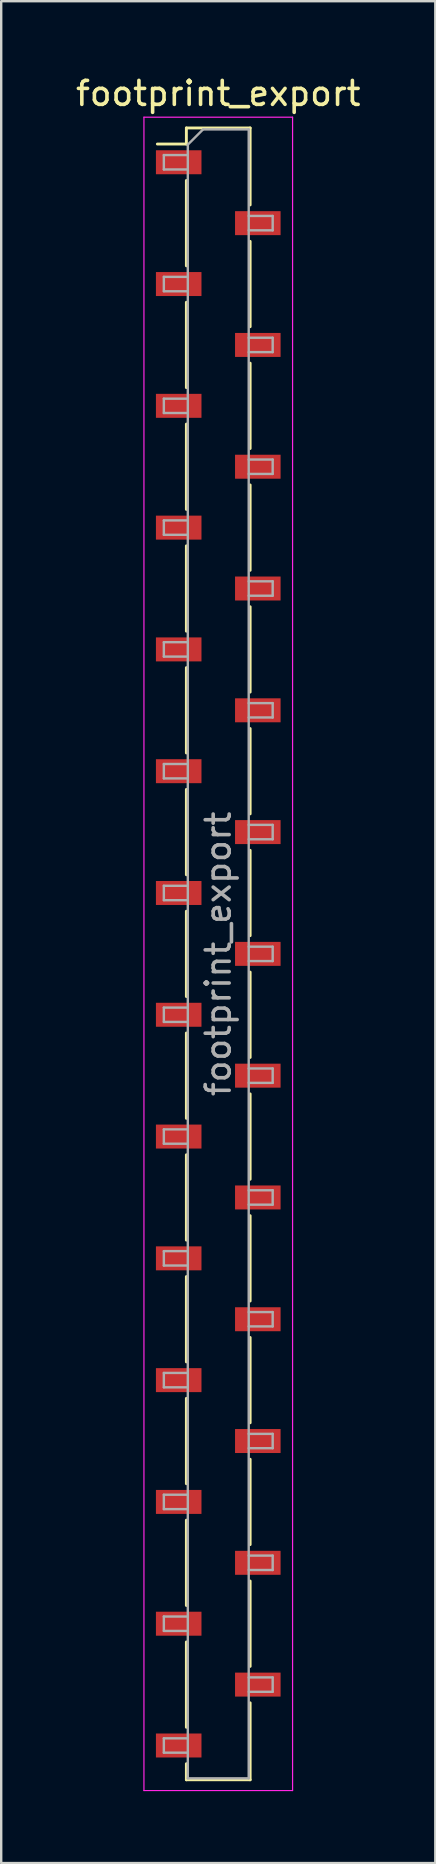
<source format=kicad_pcb>
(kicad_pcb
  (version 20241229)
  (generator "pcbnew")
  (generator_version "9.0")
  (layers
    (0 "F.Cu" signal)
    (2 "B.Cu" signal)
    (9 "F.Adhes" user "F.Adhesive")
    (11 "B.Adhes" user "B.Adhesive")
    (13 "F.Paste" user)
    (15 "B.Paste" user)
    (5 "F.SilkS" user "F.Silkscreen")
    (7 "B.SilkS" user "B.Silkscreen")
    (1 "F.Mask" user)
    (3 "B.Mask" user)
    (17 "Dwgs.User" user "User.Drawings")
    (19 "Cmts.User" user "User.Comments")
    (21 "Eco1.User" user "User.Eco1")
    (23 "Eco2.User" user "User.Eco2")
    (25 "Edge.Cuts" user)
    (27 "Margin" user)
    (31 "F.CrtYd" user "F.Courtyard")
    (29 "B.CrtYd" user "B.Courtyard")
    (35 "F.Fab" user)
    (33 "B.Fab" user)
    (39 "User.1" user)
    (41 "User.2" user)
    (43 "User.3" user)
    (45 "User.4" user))
  (footprint "footprint_export"
    (layer "F.Cu")
    (at 6.054 36.738)
    (property "Reference" "footprint_export" (at 0 -35.89 0) (layer "F.SilkS") (effects (font (size 1 1) (thickness 0.15))))
    (attr smd)
    (fp_line (start -2.54 -33.78) (end -1.33 -33.78) (stroke (width 0.12) (type solid)) (layer "F.SilkS"))
    (fp_line (start -1.33 -34.45) (end -1.33 -33.78) (stroke (width 0.12) (type solid)) (layer "F.SilkS"))
    (fp_line (start -1.33 -34.45) (end 1.33 -34.45) (stroke (width 0.12) (type solid)) (layer "F.SilkS"))
    (fp_line (start -1.33 -32.26) (end -1.33 -28.7) (stroke (width 0.12) (type solid)) (layer "F.SilkS"))
    (fp_line (start -1.33 -27.18) (end -1.33 -23.62) (stroke (width 0.12) (type solid)) (layer "F.SilkS"))
    (fp_line (start -1.33 -22.1) (end -1.33 -18.54) (stroke (width 0.12) (type solid)) (layer "F.SilkS"))
    (fp_line (start -1.33 -17.02) (end -1.33 -13.46) (stroke (width 0.12) (type solid)) (layer "F.SilkS"))
    (fp_line (start -1.33 -11.94) (end -1.33 -8.38) (stroke (width 0.12) (type solid)) (layer "F.SilkS"))
    (fp_line (start -1.33 -6.86) (end -1.33 -3.3) (stroke (width 0.12) (type solid)) (layer "F.SilkS"))
    (fp_line (start -1.33 -1.78) (end -1.33 1.78) (stroke (width 0.12) (type solid)) (layer "F.SilkS"))
    (fp_line (start -1.33 3.3) (end -1.33 6.86) (stroke (width 0.12) (type solid)) (layer "F.SilkS"))
    (fp_line (start -1.33 8.38) (end -1.33 11.94) (stroke (width 0.12) (type solid)) (layer "F.SilkS"))
    (fp_line (start -1.33 13.46) (end -1.33 17.02) (stroke (width 0.12) (type solid)) (layer "F.SilkS"))
    (fp_line (start -1.33 18.54) (end -1.33 22.1) (stroke (width 0.12) (type solid)) (layer "F.SilkS"))
    (fp_line (start -1.33 23.62) (end -1.33 27.18) (stroke (width 0.12) (type solid)) (layer "F.SilkS"))
    (fp_line (start -1.33 28.7) (end -1.33 32.26) (stroke (width 0.12) (type solid)) (layer "F.SilkS"))
    (fp_line (start -1.33 33.78) (end -1.33 34.45) (stroke (width 0.12) (type solid)) (layer "F.SilkS"))
    (fp_line (start -1.33 34.45) (end 1.33 34.45) (stroke (width 0.12) (type solid)) (layer "F.SilkS"))
    (fp_line (start 1.33 -34.45) (end 1.33 -31.24) (stroke (width 0.12) (type solid)) (layer "F.SilkS"))
    (fp_line (start 1.33 -29.72) (end 1.33 -26.16) (stroke (width 0.12) (type solid)) (layer "F.SilkS"))
    (fp_line (start 1.33 -24.64) (end 1.33 -21.08) (stroke (width 0.12) (type solid)) (layer "F.SilkS"))
    (fp_line (start 1.33 -19.56) (end 1.33 -16) (stroke (width 0.12) (type solid)) (layer "F.SilkS"))
    (fp_line (start 1.33 -14.48) (end 1.33 -10.92) (stroke (width 0.12) (type solid)) (layer "F.SilkS"))
    (fp_line (start 1.33 -9.4) (end 1.33 -5.84) (stroke (width 0.12) (type solid)) (layer "F.SilkS"))
    (fp_line (start 1.33 -4.32) (end 1.33 -0.76) (stroke (width 0.12) (type solid)) (layer "F.SilkS"))
    (fp_line (start 1.33 0.76) (end 1.33 4.32) (stroke (width 0.12) (type solid)) (layer "F.SilkS"))
    (fp_line (start 1.33 5.84) (end 1.33 9.4) (stroke (width 0.12) (type solid)) (layer "F.SilkS"))
    (fp_line (start 1.33 10.92) (end 1.33 14.48) (stroke (width 0.12) (type solid)) (layer "F.SilkS"))
    (fp_line (start 1.33 16) (end 1.33 19.56) (stroke (width 0.12) (type solid)) (layer "F.SilkS"))
    (fp_line (start 1.33 21.08) (end 1.33 24.64) (stroke (width 0.12) (type solid)) (layer "F.SilkS"))
    (fp_line (start 1.33 26.16) (end 1.33 29.72) (stroke (width 0.12) (type solid)) (layer "F.SilkS"))
    (fp_line (start 1.33 31.24) (end 1.33 34.45) (stroke (width 0.12) (type solid)) (layer "F.SilkS"))
    (fp_line (start -3.1 -34.9) (end 3.1 -34.9) (stroke (width 0.05) (type solid)) (layer "F.CrtYd"))
    (fp_line (start -3.1 34.9) (end -3.1 -34.9) (stroke (width 0.05) (type solid)) (layer "F.CrtYd"))
    (fp_line (start 3.1 -34.9) (end 3.1 34.9) (stroke (width 0.05) (type solid)) (layer "F.CrtYd"))
    (fp_line (start 3.1 34.9) (end -3.1 34.9) (stroke (width 0.05) (type solid)) (layer "F.CrtYd"))
    (fp_line (start -2.27 -33.32) (end -1.27 -33.32) (stroke (width 0.1) (type solid)) (layer "F.Fab"))
    (fp_line (start -2.27 -32.72) (end -2.27 -33.32) (stroke (width 0.1) (type solid)) (layer "F.Fab"))
    (fp_line (start -2.27 -28.24) (end -1.27 -28.24) (stroke (width 0.1) (type solid)) (layer "F.Fab"))
    (fp_line (start -2.27 -27.64) (end -2.27 -28.24) (stroke (width 0.1) (type solid)) (layer "F.Fab"))
    (fp_line (start -2.27 -23.16) (end -1.27 -23.16) (stroke (width 0.1) (type solid)) (layer "F.Fab"))
    (fp_line (start -2.27 -22.56) (end -2.27 -23.16) (stroke (width 0.1) (type solid)) (layer "F.Fab"))
    (fp_line (start -2.27 -18.08) (end -1.27 -18.08) (stroke (width 0.1) (type solid)) (layer "F.Fab"))
    (fp_line (start -2.27 -17.48) (end -2.27 -18.08) (stroke (width 0.1) (type solid)) (layer "F.Fab"))
    (fp_line (start -2.27 -13) (end -1.27 -13) (stroke (width 0.1) (type solid)) (layer "F.Fab"))
    (fp_line (start -2.27 -12.4) (end -2.27 -13) (stroke (width 0.1) (type solid)) (layer "F.Fab"))
    (fp_line (start -2.27 -7.92) (end -1.27 -7.92) (stroke (width 0.1) (type solid)) (layer "F.Fab"))
    (fp_line (start -2.27 -7.32) (end -2.27 -7.92) (stroke (width 0.1) (type solid)) (layer "F.Fab"))
    (fp_line (start -2.27 -2.84) (end -1.27 -2.84) (stroke (width 0.1) (type solid)) (layer "F.Fab"))
    (fp_line (start -2.27 -2.24) (end -2.27 -2.84) (stroke (width 0.1) (type solid)) (layer "F.Fab"))
    (fp_line (start -2.27 2.24) (end -1.27 2.24) (stroke (width 0.1) (type solid)) (layer "F.Fab"))
    (fp_line (start -2.27 2.84) (end -2.27 2.24) (stroke (width 0.1) (type solid)) (layer "F.Fab"))
    (fp_line (start -2.27 7.32) (end -1.27 7.32) (stroke (width 0.1) (type solid)) (layer "F.Fab"))
    (fp_line (start -2.27 7.92) (end -2.27 7.32) (stroke (width 0.1) (type solid)) (layer "F.Fab"))
    (fp_line (start -2.27 12.4) (end -1.27 12.4) (stroke (width 0.1) (type solid)) (layer "F.Fab"))
    (fp_line (start -2.27 13) (end -2.27 12.4) (stroke (width 0.1) (type solid)) (layer "F.Fab"))
    (fp_line (start -2.27 17.48) (end -1.27 17.48) (stroke (width 0.1) (type solid)) (layer "F.Fab"))
    (fp_line (start -2.27 18.08) (end -2.27 17.48) (stroke (width 0.1) (type solid)) (layer "F.Fab"))
    (fp_line (start -2.27 22.56) (end -1.27 22.56) (stroke (width 0.1) (type solid)) (layer "F.Fab"))
    (fp_line (start -2.27 23.16) (end -2.27 22.56) (stroke (width 0.1) (type solid)) (layer "F.Fab"))
    (fp_line (start -2.27 27.64) (end -1.27 27.64) (stroke (width 0.1) (type solid)) (layer "F.Fab"))
    (fp_line (start -2.27 28.24) (end -2.27 27.64) (stroke (width 0.1) (type solid)) (layer "F.Fab"))
    (fp_line (start -2.27 32.72) (end -1.27 32.72) (stroke (width 0.1) (type solid)) (layer "F.Fab"))
    (fp_line (start -2.27 33.32) (end -2.27 32.72) (stroke (width 0.1) (type solid)) (layer "F.Fab"))
    (fp_line (start -1.27 -33.755) (end -0.635 -34.39) (stroke (width 0.1) (type solid)) (layer "F.Fab"))
    (fp_line (start -1.27 -32.72) (end -2.27 -32.72) (stroke (width 0.1) (type solid)) (layer "F.Fab"))
    (fp_line (start -1.27 -27.64) (end -2.27 -27.64) (stroke (width 0.1) (type solid)) (layer "F.Fab"))
    (fp_line (start -1.27 -22.56) (end -2.27 -22.56) (stroke (width 0.1) (type solid)) (layer "F.Fab"))
    (fp_line (start -1.27 -17.48) (end -2.27 -17.48) (stroke (width 0.1) (type solid)) (layer "F.Fab"))
    (fp_line (start -1.27 -12.4) (end -2.27 -12.4) (stroke (width 0.1) (type solid)) (layer "F.Fab"))
    (fp_line (start -1.27 -7.32) (end -2.27 -7.32) (stroke (width 0.1) (type solid)) (layer "F.Fab"))
    (fp_line (start -1.27 -2.24) (end -2.27 -2.24) (stroke (width 0.1) (type solid)) (layer "F.Fab"))
    (fp_line (start -1.27 2.84) (end -2.27 2.84) (stroke (width 0.1) (type solid)) (layer "F.Fab"))
    (fp_line (start -1.27 7.92) (end -2.27 7.92) (stroke (width 0.1) (type solid)) (layer "F.Fab"))
    (fp_line (start -1.27 13) (end -2.27 13) (stroke (width 0.1) (type solid)) (layer "F.Fab"))
    (fp_line (start -1.27 18.08) (end -2.27 18.08) (stroke (width 0.1) (type solid)) (layer "F.Fab"))
    (fp_line (start -1.27 23.16) (end -2.27 23.16) (stroke (width 0.1) (type solid)) (layer "F.Fab"))
    (fp_line (start -1.27 28.24) (end -2.27 28.24) (stroke (width 0.1) (type solid)) (layer "F.Fab"))
    (fp_line (start -1.27 33.32) (end -2.27 33.32) (stroke (width 0.1) (type solid)) (layer "F.Fab"))
    (fp_line (start -1.27 34.39) (end -1.27 -33.755) (stroke (width 0.1) (type solid)) (layer "F.Fab"))
    (fp_line (start -0.635 -34.39) (end 1.27 -34.39) (stroke (width 0.1) (type solid)) (layer "F.Fab"))
    (fp_line (start 1.27 -34.39) (end 1.27 34.39) (stroke (width 0.1) (type solid)) (layer "F.Fab"))
    (fp_line (start 1.27 -30.78) (end 2.27 -30.78) (stroke (width 0.1) (type solid)) (layer "F.Fab"))
    (fp_line (start 1.27 -25.7) (end 2.27 -25.7) (stroke (width 0.1) (type solid)) (layer "F.Fab"))
    (fp_line (start 1.27 -20.62) (end 2.27 -20.62) (stroke (width 0.1) (type solid)) (layer "F.Fab"))
    (fp_line (start 1.27 -15.54) (end 2.27 -15.54) (stroke (width 0.1) (type solid)) (layer "F.Fab"))
    (fp_line (start 1.27 -10.46) (end 2.27 -10.46) (stroke (width 0.1) (type solid)) (layer "F.Fab"))
    (fp_line (start 1.27 -5.38) (end 2.27 -5.38) (stroke (width 0.1) (type solid)) (layer "F.Fab"))
    (fp_line (start 1.27 -0.3) (end 2.27 -0.3) (stroke (width 0.1) (type solid)) (layer "F.Fab"))
    (fp_line (start 1.27 4.78) (end 2.27 4.78) (stroke (width 0.1) (type solid)) (layer "F.Fab"))
    (fp_line (start 1.27 9.86) (end 2.27 9.86) (stroke (width 0.1) (type solid)) (layer "F.Fab"))
    (fp_line (start 1.27 14.94) (end 2.27 14.94) (stroke (width 0.1) (type solid)) (layer "F.Fab"))
    (fp_line (start 1.27 20.02) (end 2.27 20.02) (stroke (width 0.1) (type solid)) (layer "F.Fab"))
    (fp_line (start 1.27 25.1) (end 2.27 25.1) (stroke (width 0.1) (type solid)) (layer "F.Fab"))
    (fp_line (start 1.27 30.18) (end 2.27 30.18) (stroke (width 0.1) (type solid)) (layer "F.Fab"))
    (fp_line (start 1.27 34.39) (end -1.27 34.39) (stroke (width 0.1) (type solid)) (layer "F.Fab"))
    (fp_line (start 2.27 -30.78) (end 2.27 -30.18) (stroke (width 0.1) (type solid)) (layer "F.Fab"))
    (fp_line (start 2.27 -30.18) (end 1.27 -30.18) (stroke (width 0.1) (type solid)) (layer "F.Fab"))
    (fp_line (start 2.27 -25.7) (end 2.27 -25.1) (stroke (width 0.1) (type solid)) (layer "F.Fab"))
    (fp_line (start 2.27 -25.1) (end 1.27 -25.1) (stroke (width 0.1) (type solid)) (layer "F.Fab"))
    (fp_line (start 2.27 -20.62) (end 2.27 -20.02) (stroke (width 0.1) (type solid)) (layer "F.Fab"))
    (fp_line (start 2.27 -20.02) (end 1.27 -20.02) (stroke (width 0.1) (type solid)) (layer "F.Fab"))
    (fp_line (start 2.27 -15.54) (end 2.27 -14.94) (stroke (width 0.1) (type solid)) (layer "F.Fab"))
    (fp_line (start 2.27 -14.94) (end 1.27 -14.94) (stroke (width 0.1) (type solid)) (layer "F.Fab"))
    (fp_line (start 2.27 -10.46) (end 2.27 -9.86) (stroke (width 0.1) (type solid)) (layer "F.Fab"))
    (fp_line (start 2.27 -9.86) (end 1.27 -9.86) (stroke (width 0.1) (type solid)) (layer "F.Fab"))
    (fp_line (start 2.27 -5.38) (end 2.27 -4.78) (stroke (width 0.1) (type solid)) (layer "F.Fab"))
    (fp_line (start 2.27 -4.78) (end 1.27 -4.78) (stroke (width 0.1) (type solid)) (layer "F.Fab"))
    (fp_line (start 2.27 -0.3) (end 2.27 0.3) (stroke (width 0.1) (type solid)) (layer "F.Fab"))
    (fp_line (start 2.27 0.3) (end 1.27 0.3) (stroke (width 0.1) (type solid)) (layer "F.Fab"))
    (fp_line (start 2.27 4.78) (end 2.27 5.38) (stroke (width 0.1) (type solid)) (layer "F.Fab"))
    (fp_line (start 2.27 5.38) (end 1.27 5.38) (stroke (width 0.1) (type solid)) (layer "F.Fab"))
    (fp_line (start 2.27 9.86) (end 2.27 10.46) (stroke (width 0.1) (type solid)) (layer "F.Fab"))
    (fp_line (start 2.27 10.46) (end 1.27 10.46) (stroke (width 0.1) (type solid)) (layer "F.Fab"))
    (fp_line (start 2.27 14.94) (end 2.27 15.54) (stroke (width 0.1) (type solid)) (layer "F.Fab"))
    (fp_line (start 2.27 15.54) (end 1.27 15.54) (stroke (width 0.1) (type solid)) (layer "F.Fab"))
    (fp_line (start 2.27 20.02) (end 2.27 20.62) (stroke (width 0.1) (type solid)) (layer "F.Fab"))
    (fp_line (start 2.27 20.62) (end 1.27 20.62) (stroke (width 0.1) (type solid)) (layer "F.Fab"))
    (fp_line (start 2.27 25.1) (end 2.27 25.7) (stroke (width 0.1) (type solid)) (layer "F.Fab"))
    (fp_line (start 2.27 25.7) (end 1.27 25.7) (stroke (width 0.1) (type solid)) (layer "F.Fab"))
    (fp_line (start 2.27 30.18) (end 2.27 30.78) (stroke (width 0.1) (type solid)) (layer "F.Fab"))
    (fp_line (start 2.27 30.78) (end 1.27 30.78) (stroke (width 0.1) (type solid)) (layer "F.Fab"))
    (fp_text user "${REFERENCE}" (at 0 0 90) (layer "F.Fab") (effects (font (size 1 1) (thickness 0.15))))
    (pad "1" smd rect (at -1.65 -33.02) (size 1.9 1) (layers "F.Cu" "F.Mask" "F.Paste"))
    (pad "2" smd rect (at 1.65 -30.48) (size 1.9 1) (layers "F.Cu" "F.Mask" "F.Paste"))
    (pad "3" smd rect (at -1.65 -27.94) (size 1.9 1) (layers "F.Cu" "F.Mask" "F.Paste"))
    (pad "4" smd rect (at 1.65 -25.4) (size 1.9 1) (layers "F.Cu" "F.Mask" "F.Paste"))
    (pad "5" smd rect (at -1.65 -22.86) (size 1.9 1) (layers "F.Cu" "F.Mask" "F.Paste"))
    (pad "6" smd rect (at 1.65 -20.32) (size 1.9 1) (layers "F.Cu" "F.Mask" "F.Paste"))
    (pad "7" smd rect (at -1.65 -17.78) (size 1.9 1) (layers "F.Cu" "F.Mask" "F.Paste"))
    (pad "8" smd rect (at 1.65 -15.24) (size 1.9 1) (layers "F.Cu" "F.Mask" "F.Paste"))
    (pad "9" smd rect (at -1.65 -12.7) (size 1.9 1) (layers "F.Cu" "F.Mask" "F.Paste"))
    (pad "10" smd rect (at 1.65 -10.16) (size 1.9 1) (layers "F.Cu" "F.Mask" "F.Paste"))
    (pad "11" smd rect (at -1.65 -7.62) (size 1.9 1) (layers "F.Cu" "F.Mask" "F.Paste"))
    (pad "12" smd rect (at 1.65 -5.08) (size 1.9 1) (layers "F.Cu" "F.Mask" "F.Paste"))
    (pad "13" smd rect (at -1.65 -2.54) (size 1.9 1) (layers "F.Cu" "F.Mask" "F.Paste"))
    (pad "14" smd rect (at 1.65 0) (size 1.9 1) (layers "F.Cu" "F.Mask" "F.Paste"))
    (pad "15" smd rect (at -1.65 2.54) (size 1.9 1) (layers "F.Cu" "F.Mask" "F.Paste"))
    (pad "16" smd rect (at 1.65 5.08) (size 1.9 1) (layers "F.Cu" "F.Mask" "F.Paste"))
    (pad "17" smd rect (at -1.65 7.62) (size 1.9 1) (layers "F.Cu" "F.Mask" "F.Paste"))
    (pad "18" smd rect (at 1.65 10.16) (size 1.9 1) (layers "F.Cu" "F.Mask" "F.Paste"))
    (pad "19" smd rect (at -1.65 12.7) (size 1.9 1) (layers "F.Cu" "F.Mask" "F.Paste"))
    (pad "20" smd rect (at 1.65 15.24) (size 1.9 1) (layers "F.Cu" "F.Mask" "F.Paste"))
    (pad "21" smd rect (at -1.65 17.78) (size 1.9 1) (layers "F.Cu" "F.Mask" "F.Paste"))
    (pad "22" smd rect (at 1.65 20.32) (size 1.9 1) (layers "F.Cu" "F.Mask" "F.Paste"))
    (pad "23" smd rect (at -1.65 22.86) (size 1.9 1) (layers "F.Cu" "F.Mask" "F.Paste"))
    (pad "24" smd rect (at 1.65 25.4) (size 1.9 1) (layers "F.Cu" "F.Mask" "F.Paste"))
    (pad "25" smd rect (at -1.65 27.94) (size 1.9 1) (layers "F.Cu" "F.Mask" "F.Paste"))
    (pad "26" smd rect (at 1.65 30.48) (size 1.9 1) (layers "F.Cu" "F.Mask" "F.Paste"))
    (pad "27" smd rect (at -1.65 33.02) (size 1.9 1) (layers "F.Cu" "F.Mask" "F.Paste")))
  (gr_rect
    (start -3 -3)
    (end 15.107 74.663)
    (stroke (width 0.1) (type default))
    (fill no)
    (layer "Edge.Cuts")))
</source>
